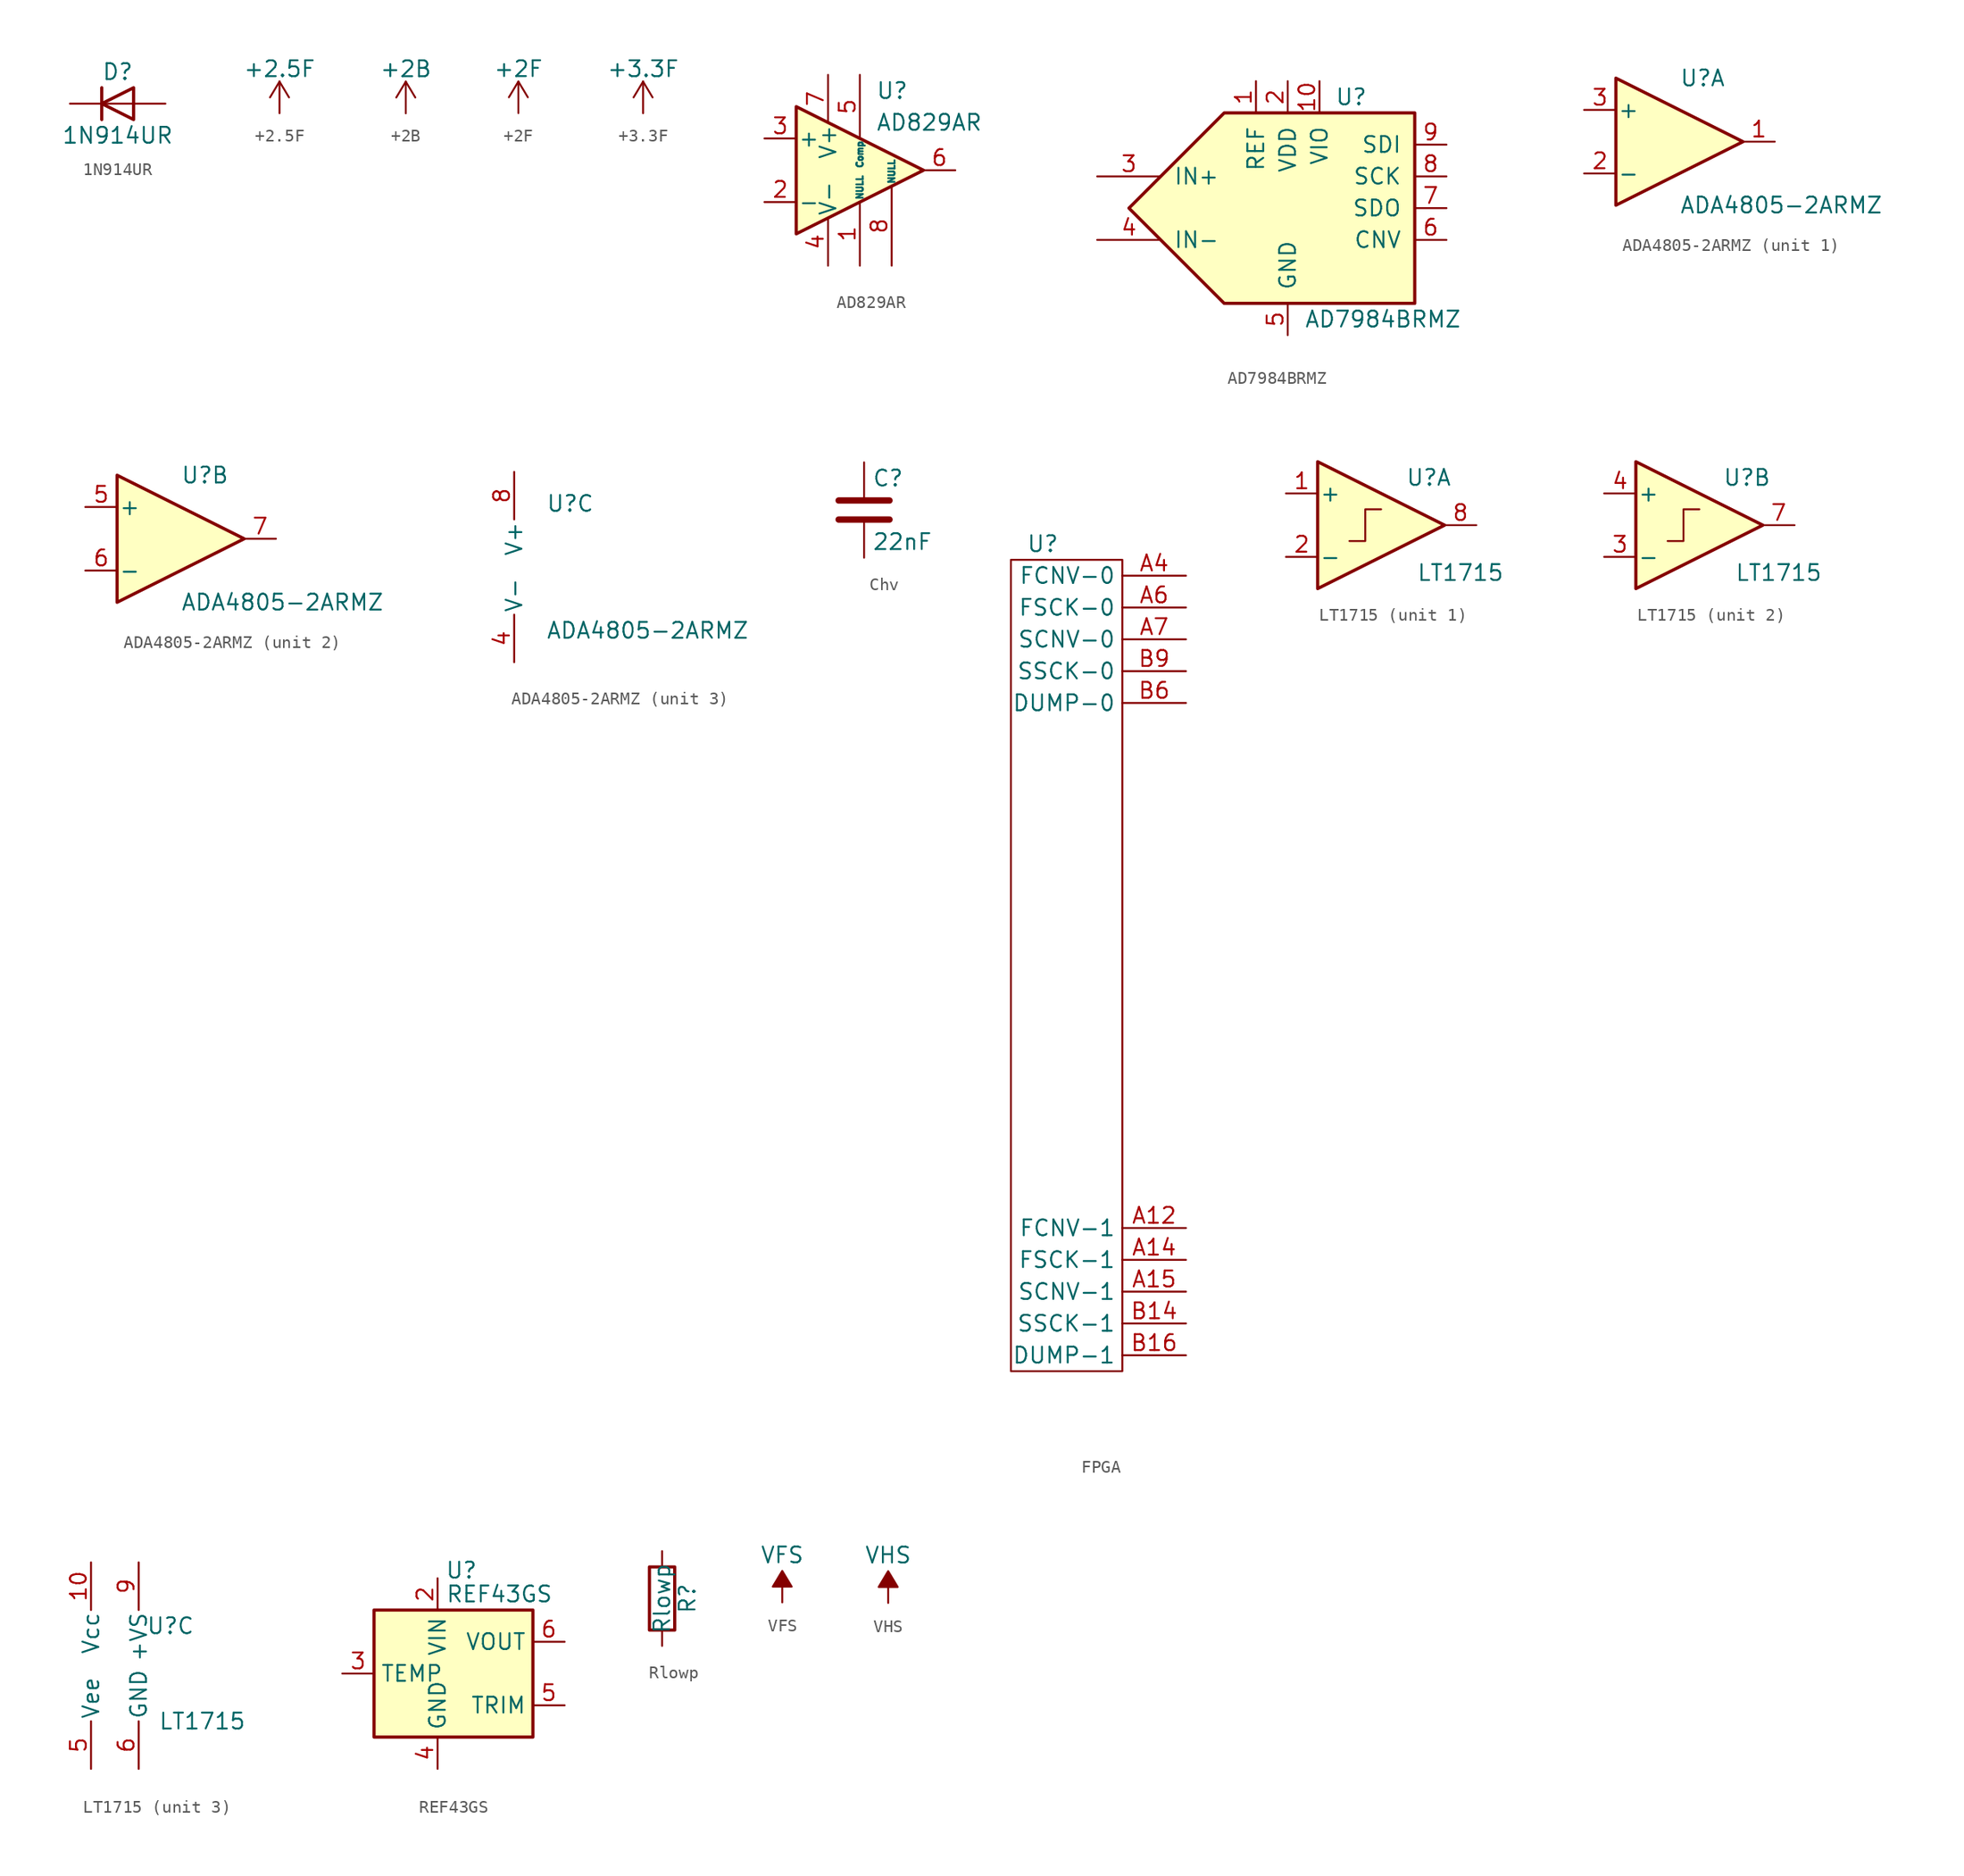
<source format=kicad_sym>
(kicad_symbol_lib
  (version 20220914)
  (generator kicad_symbol_editor)
  (symbol "1N914UR"
    (pin_numbers hide)
    (pin_names hide)
    (property "Reference" "D"
      (at 0 2.54 0)
      (effects (font (size 1.27 1.27))))
    (property "Value" "1N914UR"
      (at 0 -2.54 0)
      (effects (font (size 1.27 1.27))))
    (symbol "1N914UR_0_1"
      (polyline (pts (xy -1.27 1.27) (xy -1.27 -1.27)) (stroke (width 0.254) (type default)) (fill (type none)))
      (polyline (pts (xy 1.27 0) (xy -1.27 0)) (stroke (width 0) (type default)) (fill (type none)))
      (polyline (pts (xy 1.27 1.27) (xy 1.27 -1.27) (xy -1.27 0) (xy 1.27 1.27)) (stroke (width 0.254) (type default)) (fill (type none))))
    (symbol "1N914UR_1_1"
      (pin passive line (at -3.81 0 0) (length 2.54) (name "K" (effects (font (size 1.27 1.27)))) (number "1" (effects (font (size 1.27 1.27)))))
      (pin passive line (at 3.81 0 180) (length 2.54) (name "A" (effects (font (size 1.27 1.27)))) (number "2" (effects (font (size 1.27 1.27)))))))
  (symbol "+2.5F"
    (power)
    (pin_names
      (offset 0))
    (property "Reference" "#PWR"
      (at 0 -3.81 0)
      (effects (font (size 1.27 1.27)) hide))
    (property "Value" "+2.5F"
      (at 0 3.556 0)
      (effects (font (size 1.27 1.27))))
    (symbol "+2.5F_0_1"
      (polyline (pts (xy -0.762 1.27) (xy 0 2.54)) (stroke (width 0) (type default)) (fill (type none)))
      (polyline (pts (xy 0 0) (xy 0 2.54)) (stroke (width 0) (type default)) (fill (type none)))
      (polyline (pts (xy 0 2.54) (xy 0.762 1.27)) (stroke (width 0) (type default)) (fill (type none))))
    (symbol "+2.5F_1_1"
      (pin power_in line (at 0 0 90) (length 0) hide (name "+2.5F" (effects (font (size 1.27 1.27)))) (number "1" (effects (font (size 1.27 1.27)))))))
  (symbol "+2B"
    (power)
    (pin_names
      (offset 0))
    (property "Reference" "#PWR"
      (at 0 -3.81 0)
      (effects (font (size 1.27 1.27)) hide))
    (property "Value" "+2B"
      (at 0 3.556 0)
      (effects (font (size 1.27 1.27))))
    (symbol "+2B_0_1"
      (polyline (pts (xy -0.762 1.27) (xy 0 2.54)) (stroke (width 0) (type default)) (fill (type none)))
      (polyline (pts (xy 0 0) (xy 0 2.54)) (stroke (width 0) (type default)) (fill (type none)))
      (polyline (pts (xy 0 2.54) (xy 0.762 1.27)) (stroke (width 0) (type default)) (fill (type none))))
    (symbol "+2B_1_1"
      (pin power_in line (at 0 0 90) (length 0) hide (name "+2B" (effects (font (size 1.27 1.27)))) (number "1" (effects (font (size 1.27 1.27)))))))
  (symbol "+2F"
    (power)
    (pin_names
      (offset 0))
    (property "Reference" "#PWR"
      (at 0 -3.81 0)
      (effects (font (size 1.27 1.27)) hide))
    (property "Value" "+2F"
      (at 0 3.556 0)
      (effects (font (size 1.27 1.27))))
    (symbol "+2F_0_1"
      (polyline (pts (xy -0.762 1.27) (xy 0 2.54)) (stroke (width 0) (type default)) (fill (type none)))
      (polyline (pts (xy 0 0) (xy 0 2.54)) (stroke (width 0) (type default)) (fill (type none)))
      (polyline (pts (xy 0 2.54) (xy 0.762 1.27)) (stroke (width 0) (type default)) (fill (type none))))
    (symbol "+2F_1_1"
      (pin power_in line (at 0 0 90) (length 0) hide (name "+2F" (effects (font (size 1.27 1.27)))) (number "1" (effects (font (size 1.27 1.27)))))))
  (symbol "+3.3F"
    (power)
    (pin_names
      (offset 0))
    (property "Reference" "#PWR"
      (at 0 -3.81 0)
      (effects (font (size 1.27 1.27)) hide))
    (property "Value" "+3.3F"
      (at 0 3.556 0)
      (effects (font (size 1.27 1.27))))
    (symbol "+3.3F_0_1"
      (polyline (pts (xy -0.762 1.27) (xy 0 2.54)) (stroke (width 0) (type default)) (fill (type none)))
      (polyline (pts (xy 0 0) (xy 0 2.54)) (stroke (width 0) (type default)) (fill (type none)))
      (polyline (pts (xy 0 2.54) (xy 0.762 1.27)) (stroke (width 0) (type default)) (fill (type none))))
    (symbol "+3.3F_1_1"
      (pin power_in line (at 0 0 90) (length 0) hide (name "+3.3F" (effects (font (size 1.27 1.27)))) (number "1" (effects (font (size 1.27 1.27)))))))
  (symbol "AD829AR"
    (pin_names
      (offset 0.127))
    (property "Reference" "U"
      (at 1.27 6.35 0)
      (effects (font (size 1.27 1.27)) (justify left)))
    (property "Value" "AD829AR"
      (at 1.27 3.81 0)
      (effects (font (size 1.27 1.27)) (justify left)))
    (symbol "AD829AR_0_1"
      (polyline (pts (xy -5.08 5.08) (xy 5.08 0) (xy -5.08 -5.08) (xy -5.08 5.08)) (stroke (width 0.254) (type default)) (fill (type background))))
    (symbol "AD829AR_1_1"
      (pin input line (at 0 -7.62 90) (length 5.08) (name "NULL" (effects (font (size 0.508 0.508)))) (number "1" (effects (font (size 1.27 1.27)))))
      (pin input line (at -7.62 -2.54 0) (length 2.54) (name "-" (effects (font (size 1.27 1.27)))) (number "2" (effects (font (size 1.27 1.27)))))
      (pin input line (at -7.62 2.54 0) (length 2.54) (name "+" (effects (font (size 1.27 1.27)))) (number "3" (effects (font (size 1.27 1.27)))))
      (pin power_in line (at -2.54 -7.62 90) (length 3.81) (name "V-" (effects (font (size 1.27 1.27)))) (number "4" (effects (font (size 1.27 1.27)))))
      (pin passive line (at 0 7.62 270) (length 5.08) (name "Comp" (effects (font (size 0.508 0.508)))) (number "5" (effects (font (size 1.27 1.27)))))
      (pin output line (at 7.62 0 180) (length 2.54) (name "~" (effects (font (size 1.27 1.27)))) (number "6" (effects (font (size 1.27 1.27)))))
      (pin power_in line (at -2.54 7.62 270) (length 3.81) (name "V+" (effects (font (size 1.27 1.27)))) (number "7" (effects (font (size 1.27 1.27)))))
      (pin input line (at 2.54 -7.62 90) (length 6.35) (name "NULL" (effects (font (size 0.508 0.508)))) (number "8" (effects (font (size 1.27 1.27)))))))
  (symbol "AD7984BRMZ"
    (pin_names
      (offset 1.016))
    (property "Reference" "U"
      (at 5.08 8.89 0)
      (effects (font (size 1.27 1.27))))
    (property "Value" "AD7984BRMZ"
      (at 7.62 -8.89 0)
      (effects (font (size 1.27 1.27))))
    (symbol "AD7984BRMZ_1_1"
      (polyline (pts (xy -5.08 7.62) (xy -12.7 0) (xy -5.08 -7.62) (xy 10.16 -7.62) (xy 10.16 7.62) (xy -5.08 7.62)) (stroke (width 0.254) (type solid)) (fill (type background)))
      (pin input line (at -2.54 10.16 270) (length 2.54) (name "REF" (effects (font (size 1.27 1.27)))) (number "1" (effects (font (size 1.27 1.27)))))
      (pin power_in line (at 2.54 10.16 270) (length 2.54) (name "VIO" (effects (font (size 1.27 1.27)))) (number "10" (effects (font (size 1.27 1.27)))))
      (pin power_in line (at 0 10.16 270) (length 2.54) (name "VDD" (effects (font (size 1.27 1.27)))) (number "2" (effects (font (size 1.27 1.27)))))
      (pin input line (at -15.24 2.54 0) (length 5.08) (name "IN+" (effects (font (size 1.27 1.27)))) (number "3" (effects (font (size 1.27 1.27)))))
      (pin input line (at -15.24 -2.54 0) (length 5.08) (name "IN-" (effects (font (size 1.27 1.27)))) (number "4" (effects (font (size 1.27 1.27)))))
      (pin power_in line (at 0 -10.16 90) (length 2.54) (name "GND" (effects (font (size 1.27 1.27)))) (number "5" (effects (font (size 1.27 1.27)))))
      (pin input line (at 12.7 -2.54 180) (length 2.54) (name "CNV" (effects (font (size 1.27 1.27)))) (number "6" (effects (font (size 1.27 1.27)))))
      (pin output line (at 12.7 0 180) (length 2.54) (name "SDO" (effects (font (size 1.27 1.27)))) (number "7" (effects (font (size 1.27 1.27)))))
      (pin input line (at 12.7 2.54 180) (length 2.54) (name "SCK" (effects (font (size 1.27 1.27)))) (number "8" (effects (font (size 1.27 1.27)))))
      (pin input line (at 12.7 5.08 180) (length 2.54) (name "SDI" (effects (font (size 1.27 1.27)))) (number "9" (effects (font (size 1.27 1.27)))))))
  (symbol "ADA4805-2ARMZ"
    (pin_names
      (offset 0.127))
    (property "Reference" "U"
      (at 0 5.08 0)
      (effects (font (size 1.27 1.27)) (justify left)))
    (property "Value" "ADA4805-2ARMZ"
      (at 0 -5.08 0)
      (effects (font (size 1.27 1.27)) (justify left)))
    (property "ki_locked" ""
      (at 0 0 0)
      (effects (font (size 1.27 1.27))))
    (symbol "ADA4805-2ARMZ_1_1"
      (polyline (pts (xy -5.08 5.08) (xy 5.08 0) (xy -5.08 -5.08) (xy -5.08 5.08)) (stroke (width 0.254) (type default)) (fill (type background)))
      (pin output line (at 7.62 0 180) (length 2.54) (name "~" (effects (font (size 1.27 1.27)))) (number "1" (effects (font (size 1.27 1.27)))))
      (pin input line (at -7.62 -2.54 0) (length 2.54) (name "-" (effects (font (size 1.27 1.27)))) (number "2" (effects (font (size 1.27 1.27)))))
      (pin input line (at -7.62 2.54 0) (length 2.54) (name "+" (effects (font (size 1.27 1.27)))) (number "3" (effects (font (size 1.27 1.27))))))
    (symbol "ADA4805-2ARMZ_2_1"
      (polyline (pts (xy -5.08 5.08) (xy 5.08 0) (xy -5.08 -5.08) (xy -5.08 5.08)) (stroke (width 0.254) (type default)) (fill (type background)))
      (pin input line (at -7.62 2.54 0) (length 2.54) (name "+" (effects (font (size 1.27 1.27)))) (number "5" (effects (font (size 1.27 1.27)))))
      (pin input line (at -7.62 -2.54 0) (length 2.54) (name "-" (effects (font (size 1.27 1.27)))) (number "6" (effects (font (size 1.27 1.27)))))
      (pin output line (at 7.62 0 180) (length 2.54) (name "~" (effects (font (size 1.27 1.27)))) (number "7" (effects (font (size 1.27 1.27))))))
    (symbol "ADA4805-2ARMZ_3_1"
      (pin power_in line (at -2.54 -7.62 90) (length 3.81) (name "V-" (effects (font (size 1.27 1.27)))) (number "4" (effects (font (size 1.27 1.27)))))
      (pin power_in line (at -2.54 7.62 270) (length 3.81) (name "V+" (effects (font (size 1.27 1.27)))) (number "8" (effects (font (size 1.27 1.27)))))))
  (symbol "Chv"
    (pin_numbers hide)
    (pin_names
      (offset 0.254))
    (property "Reference" "C"
      (at 0.635 2.54 0)
      (effects (font (size 1.27 1.27)) (justify left)))
    (property "Value" "22nF"
      (at 0.635 -2.54 0)
      (effects (font (size 1.27 1.27)) (justify left)))
    (symbol "Chv_0_1"
      (polyline (pts (xy -2.032 -0.762) (xy 2.032 -0.762)) (stroke (width 0.508) (type default)) (fill (type none)))
      (polyline (pts (xy -2.032 0.762) (xy 2.032 0.762)) (stroke (width 0.508) (type default)) (fill (type none))))
    (symbol "Chv_1_1"
      (pin passive line (at 0 3.81 270) (length 2.794) (name "~" (effects (font (size 1.27 1.27)))) (number "1" (effects (font (size 1.27 1.27)))))
      (pin passive line (at 0 -3.81 90) (length 2.794) (name "~" (effects (font (size 1.27 1.27)))) (number "2" (effects (font (size 1.27 1.27)))))))
  (symbol "FPGA"
    (property "Reference" "U"
      (at -7.62 55.88 0)
      (effects (font (size 1.27 1.27))))
    (property "Value" ""
      (at 0 0 0)
      (effects (font (size 1.27 1.27))))
    (property "ki_locked" ""
      (at 0 0 0)
      (effects (font (size 1.27 1.27))))
    (symbol "FPGA_1_1"
      (rectangle (start -10.16 54.61) (end -1.27 -10.16) (stroke (width 0) (type default)) (fill (type none)))
      (pin output line (at 3.81 1.27 180) (length 5.08) (name "FCNV-1" (effects (font (size 1.27 1.27)))) (number "A12" (effects (font (size 1.27 1.27)))))
      (pin output line (at 3.81 -1.27 180) (length 5.08) (name "FSCK-1" (effects (font (size 1.27 1.27)))) (number "A14" (effects (font (size 1.27 1.27)))))
      (pin output line (at 3.81 -3.81 180) (length 5.08) (name "SCNV-1" (effects (font (size 1.27 1.27)))) (number "A15" (effects (font (size 1.27 1.27)))))
      (pin output line (at 3.81 53.34 180) (length 5.08) (name "FCNV-0" (effects (font (size 1.27 1.27)))) (number "A4" (effects (font (size 1.27 1.27)))))
      (pin output line (at 3.81 50.8 180) (length 5.08) (name "FSCK-0" (effects (font (size 1.27 1.27)))) (number "A6" (effects (font (size 1.27 1.27)))))
      (pin output line (at 3.81 48.26 180) (length 5.08) (name "SCNV-0" (effects (font (size 1.27 1.27)))) (number "A7" (effects (font (size 1.27 1.27)))))
      (pin output line (at 3.81 -6.35 180) (length 5.08) (name "SSCK-1" (effects (font (size 1.27 1.27)))) (number "B14" (effects (font (size 1.27 1.27)))))
      (pin output line (at 3.81 -8.89 180) (length 5.08) (name "DUMP-1" (effects (font (size 1.27 1.27)))) (number "B16" (effects (font (size 1.27 1.27)))))
      (pin output line (at 3.81 43.18 180) (length 5.08) (name "DUMP-0" (effects (font (size 1.27 1.27)))) (number "B6" (effects (font (size 1.27 1.27)))))
      (pin output line (at 3.81 45.72 180) (length 5.08) (name "SSCK-0" (effects (font (size 1.27 1.27)))) (number "B9" (effects (font (size 1.27 1.27)))))))
  (symbol "LT1715"
    (pin_names
      (offset 0.127))
    (property "Reference" "U"
      (at 3.81 3.81 0)
      (effects (font (size 1.27 1.27))))
    (property "Value" "LT1715"
      (at 6.35 -3.81 0)
      (effects (font (size 1.27 1.27))))
    (property "ki_locked" ""
      (at 0 0 0)
      (effects (font (size 1.27 1.27))))
    (symbol "LT1715_1_1"
      (polyline (pts (xy -5.08 5.08) (xy 5.08 0) (xy -5.08 -5.08) (xy -5.08 5.08)) (stroke (width 0.254) (type default)) (fill (type background)))
      (polyline (pts (xy -2.54 -1.27) (xy -1.27 -1.27) (xy -1.27 1.27) (xy 0 1.27)) (stroke (width 0) (type default)) (fill (type none)))
      (pin input line (at -7.62 2.54 0) (length 2.54) (name "+" (effects (font (size 1.27 1.27)))) (number "1" (effects (font (size 1.27 1.27)))))
      (pin input line (at -7.62 -2.54 0) (length 2.54) (name "-" (effects (font (size 1.27 1.27)))) (number "2" (effects (font (size 1.27 1.27)))))
      (pin output line (at 7.62 0 180) (length 2.54) (name "~" (effects (font (size 1.27 1.27)))) (number "8" (effects (font (size 1.27 1.27))))))
    (symbol "LT1715_2_1"
      (polyline (pts (xy -5.08 5.08) (xy 5.08 0) (xy -5.08 -5.08) (xy -5.08 5.08)) (stroke (width 0.254) (type default)) (fill (type background)))
      (polyline (pts (xy -2.54 -1.27) (xy -1.27 -1.27) (xy -1.27 1.27) (xy 0 1.27)) (stroke (width 0) (type default)) (fill (type none)))
      (pin input line (at -7.62 -2.54 0) (length 2.54) (name "-" (effects (font (size 1.27 1.27)))) (number "3" (effects (font (size 1.27 1.27)))))
      (pin input line (at -7.62 2.54 0) (length 2.54) (name "+" (effects (font (size 1.27 1.27)))) (number "4" (effects (font (size 1.27 1.27)))))
      (pin output line (at 7.62 0 180) (length 2.54) (name "~" (effects (font (size 1.27 1.27)))) (number "7" (effects (font (size 1.27 1.27))))))
    (symbol "LT1715_3_1"
      (pin power_in line (at -2.54 8.89 270) (length 3.81) (name "Vcc" (effects (font (size 1.27 1.27)))) (number "10" (effects (font (size 1.27 1.27)))))
      (pin power_in line (at -2.54 -7.62 90) (length 3.81) (name "Vee" (effects (font (size 1.27 1.27)))) (number "5" (effects (font (size 1.27 1.27)))))
      (pin power_in line (at 1.27 -7.62 90) (length 3.81) (name "GND" (effects (font (size 1.27 1.27)))) (number "6" (effects (font (size 1.27 1.27)))))
      (pin power_in line (at 1.27 8.89 270) (length 3.81) (name "+VS" (effects (font (size 1.27 1.27)))) (number "9" (effects (font (size 1.27 1.27)))))))
  (symbol "REF43GS"
    (property "Reference" "U"
      (at 1.905 8.255 0)
      (effects (font (size 1.27 1.27))))
    (property "Value" "REF43GS"
      (at 0.635 6.35 0)
      (effects (font (size 1.27 1.27)) (justify left)))
    (symbol "REF43GS_0_1"
      (rectangle (start -5.08 5.08) (end 7.62 -5.08) (stroke (width 0.254) (type default)) (fill (type background))))
    (symbol "REF43GS_1_1"
      (pin no_connect line (at 2.54 -5.08 90) (length 2.54) hide (name "NC" (effects (font (size 1.27 1.27)))) (number "1" (effects (font (size 1.27 1.27)))))
      (pin power_in line (at 0 7.62 270) (length 2.54) (name "VIN" (effects (font (size 1.27 1.27)))) (number "2" (effects (font (size 1.27 1.27)))))
      (pin passive line (at -7.62 0 0) (length 2.54) (name "TEMP" (effects (font (size 1.27 1.27)))) (number "3" (effects (font (size 1.27 1.27)))))
      (pin power_in line (at 0 -7.62 90) (length 2.54) (name "GND" (effects (font (size 1.27 1.27)))) (number "4" (effects (font (size 1.27 1.27)))))
      (pin passive line (at 10.16 -2.54 180) (length 2.54) (name "TRIM" (effects (font (size 1.27 1.27)))) (number "5" (effects (font (size 1.27 1.27)))))
      (pin power_out line (at 10.16 2.54 180) (length 2.54) (name "VOUT" (effects (font (size 1.27 1.27)))) (number "6" (effects (font (size 1.27 1.27)))))
      (pin no_connect line (at -2.54 -5.08 90) (length 2.54) hide (name "NC" (effects (font (size 1.27 1.27)))) (number "7" (effects (font (size 1.27 1.27)))))
      (pin no_connect line (at 7.62 0 180) (length 2.54) hide (name "NC" (effects (font (size 1.27 1.27)))) (number "8" (effects (font (size 1.27 1.27)))))))
  (symbol "Rlowp"
    (pin_numbers hide)
    (pin_names
      (offset 0))
    (property "Reference" "R"
      (at 2.032 0 90)
      (effects (font (size 1.27 1.27))))
    (property "Value" "Rlowp"
      (at 0 0 90)
      (effects (font (size 1.27 1.27))))
    (symbol "Rlowp_0_1"
      (rectangle (start -1.016 -2.54) (end 1.016 2.54) (stroke (width 0.254) (type default)) (fill (type none))))
    (symbol "Rlowp_1_1"
      (pin passive line (at 0 3.81 270) (length 1.27) (name "~" (effects (font (size 1.27 1.27)))) (number "1" (effects (font (size 1.27 1.27)))))
      (pin passive line (at 0 -3.81 90) (length 1.27) (name "~" (effects (font (size 1.27 1.27)))) (number "2" (effects (font (size 1.27 1.27)))))))
  (symbol "VFS"
    (power)
    (pin_names
      (offset 0))
    (property "Reference" "#PWR"
      (at 0 2.54 0)
      (effects (font (size 1.27 1.27)) hide))
    (property "Value" "VFS"
      (at 0 3.81 0)
      (effects (font (size 1.27 1.27))))
    (symbol "VFS_0_1"
      (polyline (pts (xy 0 0) (xy 0 1.27) (xy 0.762 1.27) (xy 0 2.54) (xy -0.762 1.27) (xy 0 1.27)) (stroke (width 0) (type default)) (fill (type outline))))
    (symbol "VFS_1_0"
      (pin power_in line (at 0 0 90) (length 0) hide (name "VFS" (effects (font (size 1.27 1.27)))) (number "1" (effects (font (size 1.27 1.27)))))))
  (symbol "VHS"
    (power)
    (pin_names
      (offset 0))
    (property "Reference" "#PWR"
      (at 0 2.54 0)
      (effects (font (size 1.27 1.27)) hide))
    (property "Value" "VHS"
      (at 0 3.81 0)
      (effects (font (size 1.27 1.27))))
    (symbol "VHS_0_1"
      (polyline (pts (xy 0 0) (xy 0 1.27) (xy 0.762 1.27) (xy 0 2.54) (xy -0.762 1.27) (xy 0 1.27)) (stroke (width 0) (type default)) (fill (type outline))))
    (symbol "VHS_1_0"
      (pin power_in line (at 0 0 90) (length 0) hide (name "VHS" (effects (font (size 1.27 1.27)))) (number "1" (effects (font (size 1.27 1.27))))))))
</source>
